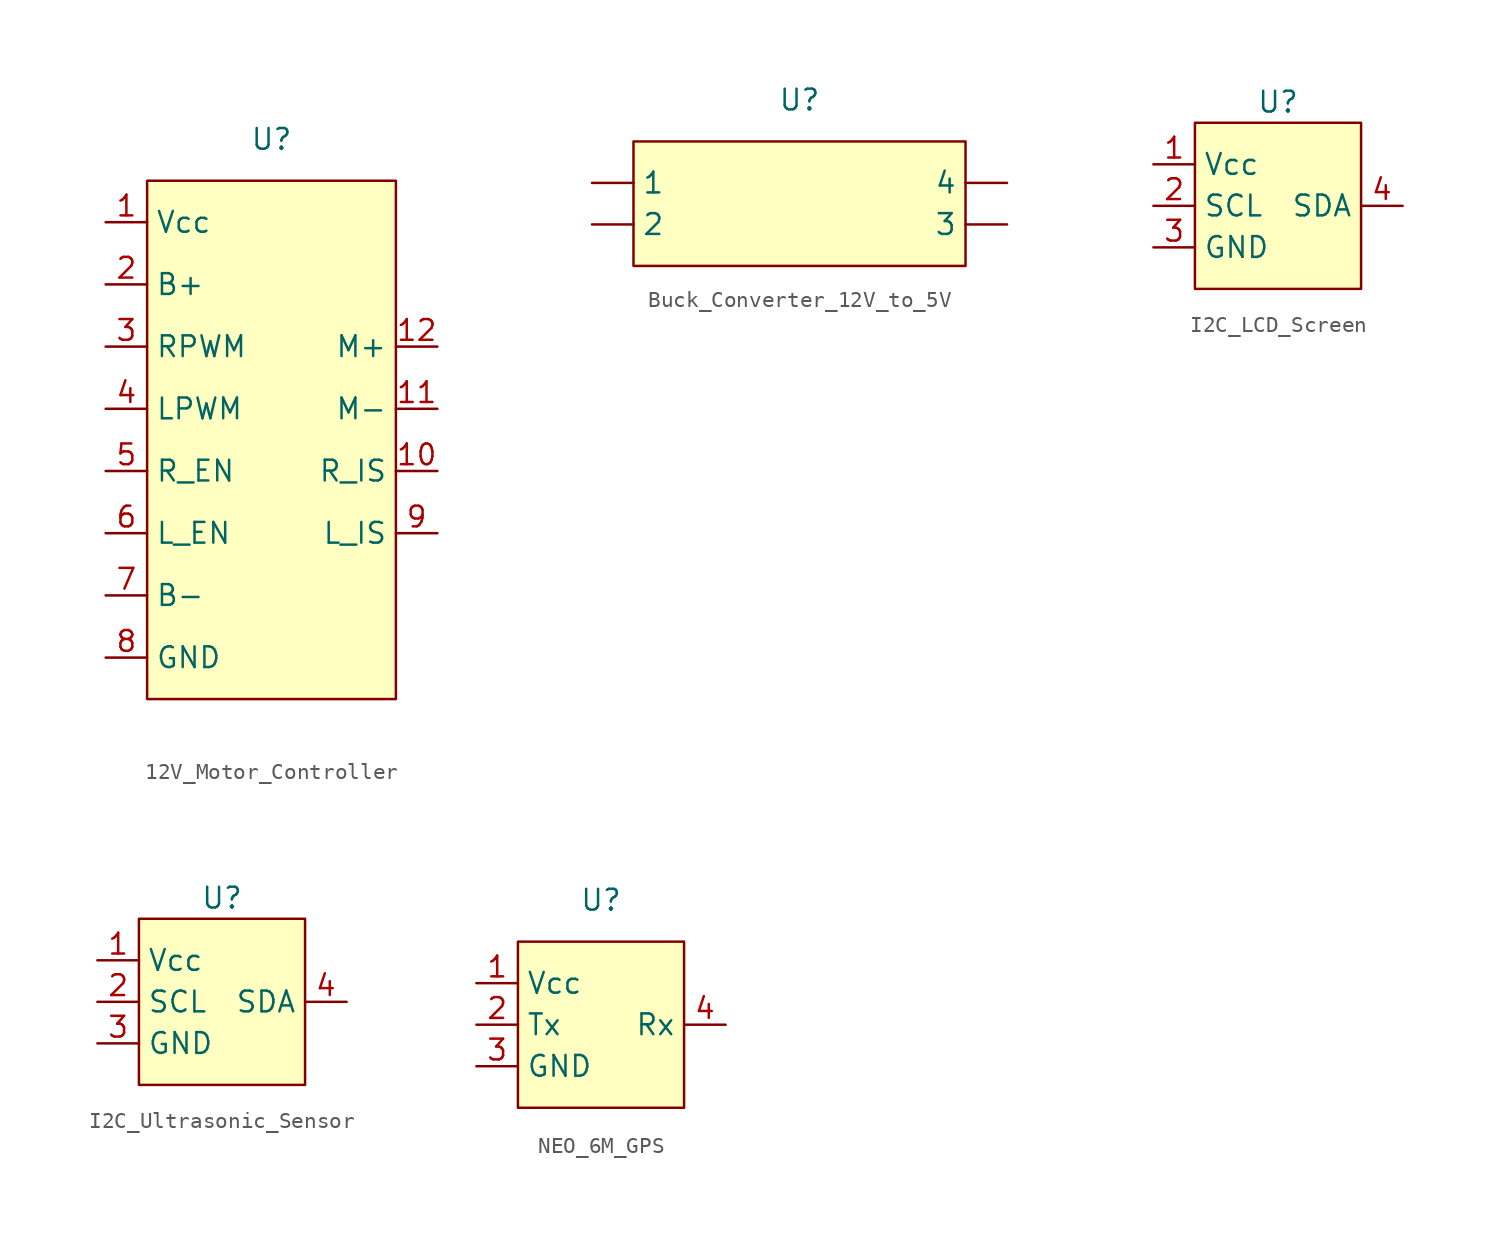
<source format=kicad_sym>
(kicad_symbol_lib
  (version 20231120)
  (generator "kicad_symbol_editor")
  (generator_version "8.0")
  (symbol "12V_Motor_Controller"
    (property "Reference" "U"
      (at 0 0 0)
      (effects (font (size 1.27 1.27))))
    (property "Value" ""
      (at 0 0 0)
      (effects (font (size 1.27 1.27))))
    (symbol "12V_Motor_Controller_1_1"
      (rectangle (start -7.62 -2.54) (end 7.62 -34.29) (stroke (width 0) (type default)) (fill (type background)))
      (pin power_in line (at -10.16 -5.08 0) (length 2.54) (name "Vcc" (effects (font (size 1.27 1.27)))) (number "1" (effects (font (size 1.27 1.27)))))
      (pin output line (at 10.16 -20.32 180) (length 2.54) (name "R_IS" (effects (font (size 1.27 1.27)))) (number "10" (effects (font (size 1.27 1.27)))))
      (pin power_out line (at 10.16 -16.51 180) (length 2.54) (name "M-" (effects (font (size 1.27 1.27)))) (number "11" (effects (font (size 1.27 1.27)))))
      (pin power_out line (at 10.16 -12.7 180) (length 2.54) (name "M+" (effects (font (size 1.27 1.27)))) (number "12" (effects (font (size 1.27 1.27)))))
      (pin power_in line (at -10.16 -8.89 0) (length 2.54) (name "B+" (effects (font (size 1.27 1.27)))) (number "2" (effects (font (size 1.27 1.27)))))
      (pin input line (at -10.16 -12.7 0) (length 2.54) (name "RPWM" (effects (font (size 1.27 1.27)))) (number "3" (effects (font (size 1.27 1.27)))))
      (pin input line (at -10.16 -16.51 0) (length 2.54) (name "LPWM" (effects (font (size 1.27 1.27)))) (number "4" (effects (font (size 1.27 1.27)))))
      (pin input line (at -10.16 -20.32 0) (length 2.54) (name "R_EN" (effects (font (size 1.27 1.27)))) (number "5" (effects (font (size 1.27 1.27)))))
      (pin input line (at -10.16 -24.13 0) (length 2.54) (name "L_EN" (effects (font (size 1.27 1.27)))) (number "6" (effects (font (size 1.27 1.27)))))
      (pin power_in line (at -10.16 -27.94 0) (length 2.54) (name "B-" (effects (font (size 1.27 1.27)))) (number "7" (effects (font (size 1.27 1.27)))))
      (pin power_in line (at -10.16 -31.75 0) (length 2.54) (name "GND" (effects (font (size 1.27 1.27)))) (number "8" (effects (font (size 1.27 1.27)))))
      (pin output line (at 10.16 -24.13 180) (length 2.54) (name "L_IS" (effects (font (size 1.27 1.27)))) (number "9" (effects (font (size 1.27 1.27)))))))
  (symbol "Buck_Converter_12V_to_5V"
    (property "Reference" "U"
      (at 0 0 0)
      (effects (font (size 1.27 1.27))))
    (property "Value" ""
      (at 0 0 0)
      (effects (font (size 1.27 1.27))))
    (symbol "Buck_Converter_12V_to_5V_1_1"
      (rectangle (start -10.16 -2.54) (end 10.16 -10.16) (stroke (width 0) (type default)) (fill (type background)))
      (pin power_in line (at -12.7 -5.08 0) (length 2.54) (name "1" (effects (font (size 1.27 1.27)))) (number "" (effects (font (size 1.27 1.27)))))
      (pin power_in line (at -12.7 -7.62 0) (length 2.54) (name "2" (effects (font (size 1.27 1.27)))) (number "" (effects (font (size 1.27 1.27)))))
      (pin power_out line (at 12.7 -7.62 180) (length 2.54) (name "3" (effects (font (size 1.27 1.27)))) (number "" (effects (font (size 1.27 1.27)))))
      (pin power_out line (at 12.7 -5.08 180) (length 2.54) (name "4" (effects (font (size 1.27 1.27)))) (number "" (effects (font (size 1.27 1.27)))))))
  (symbol "I2C_LCD_Screen"
    (property "Reference" "U"
      (at 0 0 0)
      (effects (font (size 1.27 1.27))))
    (property "Value" ""
      (at 0 0 0)
      (effects (font (size 1.27 1.27))))
    (symbol "I2C_LCD_Screen_1_1"
      (rectangle (start -5.08 -1.27) (end 5.08 -11.43) (stroke (width 0) (type default)) (fill (type background)))
      (pin power_in line (at -7.62 -3.81 0) (length 2.54) (name "Vcc" (effects (font (size 1.27 1.27)))) (number "1" (effects (font (size 1.27 1.27)))))
      (pin input line (at -7.62 -6.35 0) (length 2.54) (name "SCL" (effects (font (size 1.27 1.27)))) (number "2" (effects (font (size 1.27 1.27)))))
      (pin power_out line (at -7.62 -8.89 0) (length 2.54) (name "GND" (effects (font (size 1.27 1.27)))) (number "3" (effects (font (size 1.27 1.27)))))
      (pin output line (at 7.62 -6.35 180) (length 2.54) (name "SDA" (effects (font (size 1.27 1.27)))) (number "4" (effects (font (size 1.27 1.27)))))))
  (symbol "I2C_Ultrasonic_Sensor"
    (property "Reference" "U"
      (at 0 0 0)
      (effects (font (size 1.27 1.27))))
    (property "Value" ""
      (at 0 0 0)
      (effects (font (size 1.27 1.27))))
    (symbol "I2C_Ultrasonic_Sensor_1_1"
      (rectangle (start -5.08 -1.27) (end 5.08 -11.43) (stroke (width 0) (type default)) (fill (type background)))
      (pin power_in line (at -7.62 -3.81 0) (length 2.54) (name "Vcc" (effects (font (size 1.27 1.27)))) (number "1" (effects (font (size 1.27 1.27)))))
      (pin input line (at -7.62 -6.35 0) (length 2.54) (name "SCL" (effects (font (size 1.27 1.27)))) (number "2" (effects (font (size 1.27 1.27)))))
      (pin power_in line (at -7.62 -8.89 0) (length 2.54) (name "GND" (effects (font (size 1.27 1.27)))) (number "3" (effects (font (size 1.27 1.27)))))
      (pin output line (at 7.62 -6.35 180) (length 2.54) (name "SDA" (effects (font (size 1.27 1.27)))) (number "4" (effects (font (size 1.27 1.27)))))))
  (symbol "NEO_6M_GPS"
    (property "Reference" "U"
      (at 0 0 0)
      (effects (font (size 1.27 1.27))))
    (property "Value" ""
      (at 0 0 0)
      (effects (font (size 1.27 1.27))))
    (symbol "NEO_6M_GPS_1_1"
      (rectangle (start -5.08 -2.54) (end 5.08 -12.7) (stroke (width 0) (type default)) (fill (type background)))
      (pin power_in line (at -7.62 -5.08 0) (length 2.54) (name "Vcc" (effects (font (size 1.27 1.27)))) (number "1" (effects (font (size 1.27 1.27)))))
      (pin input line (at -7.62 -7.62 0) (length 2.54) (name "Tx" (effects (font (size 1.27 1.27)))) (number "2" (effects (font (size 1.27 1.27)))))
      (pin power_in line (at -7.62 -10.16 0) (length 2.54) (name "GND" (effects (font (size 1.27 1.27)))) (number "3" (effects (font (size 1.27 1.27)))))
      (pin output line (at 7.62 -7.62 180) (length 2.54) (name "Rx" (effects (font (size 1.27 1.27)))) (number "4" (effects (font (size 1.27 1.27))))))))
</source>
